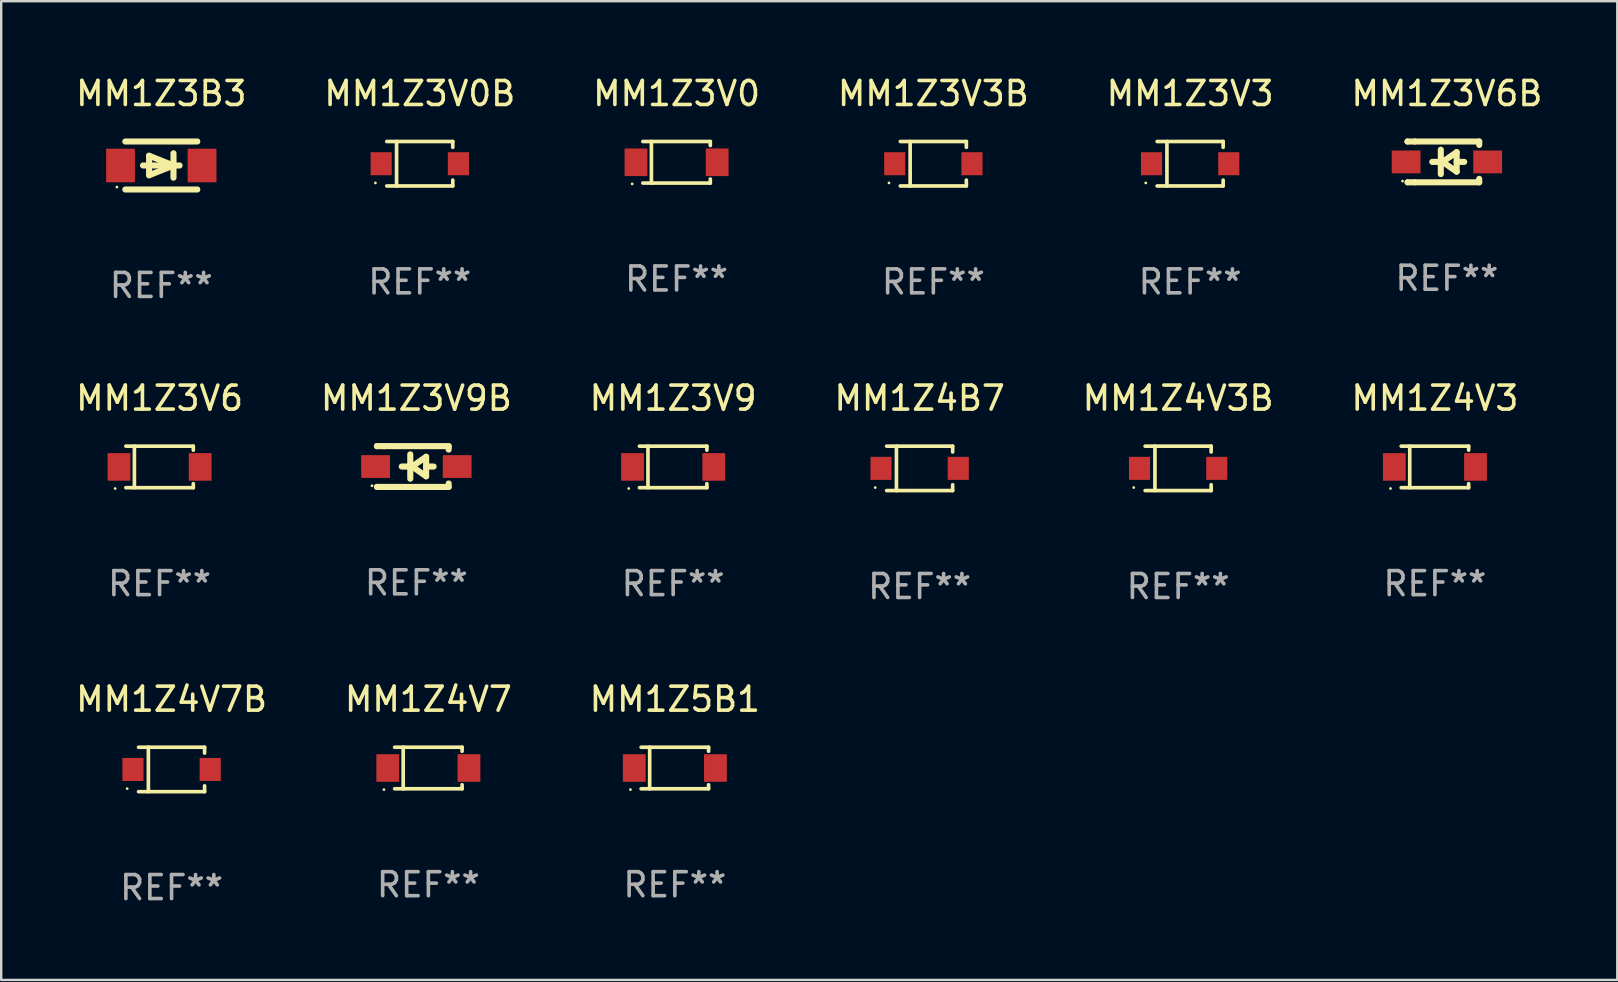
<source format=kicad_pcb>
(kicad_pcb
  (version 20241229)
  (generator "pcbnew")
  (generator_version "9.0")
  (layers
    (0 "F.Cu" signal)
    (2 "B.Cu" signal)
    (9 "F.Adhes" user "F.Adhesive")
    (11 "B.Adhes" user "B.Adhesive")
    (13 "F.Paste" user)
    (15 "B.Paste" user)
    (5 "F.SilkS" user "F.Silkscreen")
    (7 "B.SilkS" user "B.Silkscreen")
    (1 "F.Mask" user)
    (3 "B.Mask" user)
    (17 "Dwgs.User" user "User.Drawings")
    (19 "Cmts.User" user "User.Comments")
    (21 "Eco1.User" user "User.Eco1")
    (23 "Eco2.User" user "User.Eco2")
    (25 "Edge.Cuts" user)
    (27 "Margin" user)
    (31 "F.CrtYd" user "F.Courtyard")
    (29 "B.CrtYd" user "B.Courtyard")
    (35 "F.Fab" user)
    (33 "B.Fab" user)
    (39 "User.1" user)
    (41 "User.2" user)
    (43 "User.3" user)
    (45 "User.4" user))
  (footprint "MM1Z3V3B"
    (layer "F.Cu")
    (at 35.851 3.774)
    (property "Reference" "MM1Z3V3B" (at 0 -2.926 0) (layer "F.SilkS") (effects (font (size 1 1) (thickness 0.15))))
    (attr through_hole)
    (fp_line (start -1.376 -0.926) (end 1.376 -0.926) (stroke (width 0.152) (type solid)) (layer "F.SilkS"))
    (fp_line (start -1.376 0.926) (end 1.376 0.926) (stroke (width 0.152) (type solid)) (layer "F.SilkS"))
    (fp_line (start -0.967 -0.926) (end -0.967 0.926) (stroke (width 0.152) (type solid)) (layer "F.SilkS"))
    (fp_line (start 1.376 -0.926) (end 1.376 -0.683) (stroke (width 0.152) (type solid)) (layer "F.SilkS"))
    (fp_line (start 1.376 0.926) (end 1.376 0.683) (stroke (width 0.152) (type solid)) (layer "F.SilkS"))
    (fp_circle (center -1.85 0.8) (end -1.82 0.8) (stroke (width 0.06) (type solid)) (fill no) (layer "F.SilkS"))
    (fp_text user "REF**" (at 0 4.926 0) (layer "F.Fab") (effects (font (size 1 1) (thickness 0.15))))
    (pad "1" smd rect (at -1.61 0) (size 0.88 0.96) (layers "F.Cu" "F.Mask" "F.Paste"))
    (pad "2" smd rect (at 1.61 0) (size 0.88 0.96) (layers "F.Cu" "F.Mask" "F.Paste")))
  (footprint "MM1Z4V3B"
    (layer "F.Cu")
    (at 46.054 16.471)
    (property "Reference" "MM1Z4V3B" (at 0 -2.926 0) (layer "F.SilkS") (effects (font (size 1 1) (thickness 0.15))))
    (attr through_hole)
    (fp_line (start -1.376 -0.926) (end 1.376 -0.926) (stroke (width 0.152) (type solid)) (layer "F.SilkS"))
    (fp_line (start -1.376 0.926) (end 1.376 0.926) (stroke (width 0.152) (type solid)) (layer "F.SilkS"))
    (fp_line (start -0.967 -0.926) (end -0.967 0.926) (stroke (width 0.152) (type solid)) (layer "F.SilkS"))
    (fp_line (start 1.376 -0.926) (end 1.376 -0.683) (stroke (width 0.152) (type solid)) (layer "F.SilkS"))
    (fp_line (start 1.376 0.926) (end 1.376 0.683) (stroke (width 0.152) (type solid)) (layer "F.SilkS"))
    (fp_circle (center -1.85 0.8) (end -1.82 0.8) (stroke (width 0.06) (type solid)) (fill no) (layer "F.SilkS"))
    (fp_text user "REF**" (at 0 4.926 0) (layer "F.Fab") (effects (font (size 1 1) (thickness 0.15))))
    (pad "1" smd rect (at -1.61 0) (size 0.88 0.96) (layers "F.Cu" "F.Mask" "F.Paste"))
    (pad "2" smd rect (at 1.61 0) (size 0.88 0.96) (layers "F.Cu" "F.Mask" "F.Paste")))
  (footprint "MM1Z3V9"
    (layer "F.Cu")
    (at 25.006 16.411)
    (property "Reference" "MM1Z3V9" (at 0 -2.866 0) (layer "F.SilkS") (effects (font (size 1 1) (thickness 0.15))))
    (attr through_hole)
    (fp_line (start -1.406 -0.866) (end 1.406 -0.866) (stroke (width 0.152) (type solid)) (layer "F.SilkS"))
    (fp_line (start -1.406 0.866) (end 1.406 0.866) (stroke (width 0.152) (type solid)) (layer "F.SilkS"))
    (fp_line (start -1.049 -0.866) (end -1.049 0.866) (stroke (width 0.152) (type solid)) (layer "F.SilkS"))
    (fp_line (start 1.406 -0.866) (end 1.406 -0.698) (stroke (width 0.152) (type solid)) (layer "F.SilkS"))
    (fp_line (start 1.406 0.866) (end 1.406 0.698) (stroke (width 0.152) (type solid)) (layer "F.SilkS"))
    (fp_circle (center -1.851 0.9) (end -1.821 0.9) (stroke (width 0.06) (type solid)) (fill no) (layer "F.SilkS"))
    (fp_text user "REF**" (at 0 4.866 0) (layer "F.Fab") (effects (font (size 1 1) (thickness 0.15))))
    (pad "1" smd rect (at -1.692 0) (size 0.95 1.15) (layers "F.Cu" "F.Mask" "F.Paste"))
    (pad "2" smd rect (at 1.692 0) (size 0.95 1.15) (layers "F.Cu" "F.Mask" "F.Paste")))
  (footprint "MM1Z4V7B"
    (layer "F.Cu")
    (at 4.101 29.02)
    (property "Reference" "MM1Z4V7B" (at 0 -2.926 0) (layer "F.SilkS") (effects (font (size 1 1) (thickness 0.15))))
    (attr through_hole)
    (fp_line (start -1.376 -0.926) (end 1.376 -0.926) (stroke (width 0.152) (type solid)) (layer "F.SilkS"))
    (fp_line (start -1.376 0.926) (end 1.376 0.926) (stroke (width 0.152) (type solid)) (layer "F.SilkS"))
    (fp_line (start -0.967 -0.926) (end -0.967 0.926) (stroke (width 0.152) (type solid)) (layer "F.SilkS"))
    (fp_line (start 1.376 -0.926) (end 1.376 -0.683) (stroke (width 0.152) (type solid)) (layer "F.SilkS"))
    (fp_line (start 1.376 0.926) (end 1.376 0.683) (stroke (width 0.152) (type solid)) (layer "F.SilkS"))
    (fp_circle (center -1.85 0.8) (end -1.82 0.8) (stroke (width 0.06) (type solid)) (fill no) (layer "F.SilkS"))
    (fp_text user "REF**" (at 0 4.926 0) (layer "F.Fab") (effects (font (size 1 1) (thickness 0.15))))
    (pad "1" smd rect (at -1.61 0) (size 0.88 0.96) (layers "F.Cu" "F.Mask" "F.Paste"))
    (pad "2" smd rect (at 1.61 0) (size 0.88 0.96) (layers "F.Cu" "F.Mask" "F.Paste")))
  (footprint "MM1Z3V3"
    (layer "F.Cu")
    (at 46.554 3.774)
    (property "Reference" "MM1Z3V3" (at 0 -2.926 0) (layer "F.SilkS") (effects (font (size 1 1) (thickness 0.15))))
    (attr through_hole)
    (fp_line (start -1.376 -0.926) (end 1.376 -0.926) (stroke (width 0.152) (type solid)) (layer "F.SilkS"))
    (fp_line (start -1.376 0.926) (end 1.376 0.926) (stroke (width 0.152) (type solid)) (layer "F.SilkS"))
    (fp_line (start -0.967 -0.926) (end -0.967 0.926) (stroke (width 0.152) (type solid)) (layer "F.SilkS"))
    (fp_line (start 1.376 -0.926) (end 1.376 -0.683) (stroke (width 0.152) (type solid)) (layer "F.SilkS"))
    (fp_line (start 1.376 0.926) (end 1.376 0.683) (stroke (width 0.152) (type solid)) (layer "F.SilkS"))
    (fp_circle (center -1.85 0.8) (end -1.82 0.8) (stroke (width 0.06) (type solid)) (fill no) (layer "F.SilkS"))
    (fp_text user "REF**" (at 0 4.926 0) (layer "F.Fab") (effects (font (size 1 1) (thickness 0.15))))
    (pad "1" smd rect (at -1.61 0) (size 0.88 0.96) (layers "F.Cu" "F.Mask" "F.Paste"))
    (pad "2" smd rect (at 1.61 0) (size 0.88 0.96) (layers "F.Cu" "F.Mask" "F.Paste")))
  (footprint "MM1Z4V3"
    (layer "F.Cu")
    (at 56.756 16.411)
    (property "Reference" "MM1Z4V3" (at 0 -2.866 0) (layer "F.SilkS") (effects (font (size 1 1) (thickness 0.15))))
    (attr through_hole)
    (fp_line (start -1.406 -0.866) (end 1.406 -0.866) (stroke (width 0.152) (type solid)) (layer "F.SilkS"))
    (fp_line (start -1.406 0.866) (end 1.406 0.866) (stroke (width 0.152) (type solid)) (layer "F.SilkS"))
    (fp_line (start -1.049 -0.866) (end -1.049 0.866) (stroke (width 0.152) (type solid)) (layer "F.SilkS"))
    (fp_line (start 1.406 -0.866) (end 1.406 -0.698) (stroke (width 0.152) (type solid)) (layer "F.SilkS"))
    (fp_line (start 1.406 0.866) (end 1.406 0.698) (stroke (width 0.152) (type solid)) (layer "F.SilkS"))
    (fp_circle (center -1.851 0.9) (end -1.821 0.9) (stroke (width 0.06) (type solid)) (fill no) (layer "F.SilkS"))
    (fp_text user "REF**" (at 0 4.866 0) (layer "F.Fab") (effects (font (size 1 1) (thickness 0.15))))
    (pad "1" smd rect (at -1.692 0) (size 0.95 1.15) (layers "F.Cu" "F.Mask" "F.Paste"))
    (pad "2" smd rect (at 1.692 0) (size 0.95 1.15) (layers "F.Cu" "F.Mask" "F.Paste")))
  (footprint "MM1Z4V7"
    (layer "F.Cu")
    (at 14.804 28.96)
    (property "Reference" "MM1Z4V7" (at 0 -2.866 0) (layer "F.SilkS") (effects (font (size 1 1) (thickness 0.15))))
    (attr through_hole)
    (fp_line (start -1.406 -0.866) (end 1.406 -0.866) (stroke (width 0.152) (type solid)) (layer "F.SilkS"))
    (fp_line (start -1.406 0.866) (end 1.406 0.866) (stroke (width 0.152) (type solid)) (layer "F.SilkS"))
    (fp_line (start -1.049 -0.866) (end -1.049 0.866) (stroke (width 0.152) (type solid)) (layer "F.SilkS"))
    (fp_line (start 1.406 -0.866) (end 1.406 -0.698) (stroke (width 0.152) (type solid)) (layer "F.SilkS"))
    (fp_line (start 1.406 0.866) (end 1.406 0.698) (stroke (width 0.152) (type solid)) (layer "F.SilkS"))
    (fp_circle (center -1.851 0.9) (end -1.821 0.9) (stroke (width 0.06) (type solid)) (fill no) (layer "F.SilkS"))
    (fp_text user "REF**" (at 0 4.866 0) (layer "F.Fab") (effects (font (size 1 1) (thickness 0.15))))
    (pad "1" smd rect (at -1.692 0) (size 0.95 1.15) (layers "F.Cu" "F.Mask" "F.Paste"))
    (pad "2" smd rect (at 1.692 0) (size 0.95 1.15) (layers "F.Cu" "F.Mask" "F.Paste")))
  (footprint "MM1Z3V6"
    (layer "F.Cu")
    (at 3.601 16.411)
    (property "Reference" "MM1Z3V6" (at 0 -2.866 0) (layer "F.SilkS") (effects (font (size 1 1) (thickness 0.15))))
    (attr through_hole)
    (fp_line (start -1.406 -0.866) (end 1.406 -0.866) (stroke (width 0.152) (type solid)) (layer "F.SilkS"))
    (fp_line (start -1.406 0.866) (end 1.406 0.866) (stroke (width 0.152) (type solid)) (layer "F.SilkS"))
    (fp_line (start -1.049 -0.866) (end -1.049 0.866) (stroke (width 0.152) (type solid)) (layer "F.SilkS"))
    (fp_line (start 1.406 -0.866) (end 1.406 -0.698) (stroke (width 0.152) (type solid)) (layer "F.SilkS"))
    (fp_line (start 1.406 0.866) (end 1.406 0.698) (stroke (width 0.152) (type solid)) (layer "F.SilkS"))
    (fp_circle (center -1.851 0.9) (end -1.821 0.9) (stroke (width 0.06) (type solid)) (fill no) (layer "F.SilkS"))
    (fp_text user "REF**" (at 0 4.866 0) (layer "F.Fab") (effects (font (size 1 1) (thickness 0.15))))
    (pad "1" smd rect (at -1.692 0) (size 0.95 1.15) (layers "F.Cu" "F.Mask" "F.Paste"))
    (pad "2" smd rect (at 1.692 0) (size 0.95 1.15) (layers "F.Cu" "F.Mask" "F.Paste")))
  (footprint "MM1Z5B1"
    (layer "F.Cu")
    (at 25.077 28.96)
    (property "Reference" "MM1Z5B1" (at 0 -2.866 0) (layer "F.SilkS") (effects (font (size 1 1) (thickness 0.15))))
    (attr through_hole)
    (fp_line (start -1.406 -0.866) (end 1.406 -0.866) (stroke (width 0.152) (type solid)) (layer "F.SilkS"))
    (fp_line (start -1.406 0.866) (end 1.406 0.866) (stroke (width 0.152) (type solid)) (layer "F.SilkS"))
    (fp_line (start -1.049 -0.866) (end -1.049 0.866) (stroke (width 0.152) (type solid)) (layer "F.SilkS"))
    (fp_line (start 1.406 -0.866) (end 1.406 -0.698) (stroke (width 0.152) (type solid)) (layer "F.SilkS"))
    (fp_line (start 1.406 0.866) (end 1.406 0.698) (stroke (width 0.152) (type solid)) (layer "F.SilkS"))
    (fp_circle (center -1.851 0.9) (end -1.821 0.9) (stroke (width 0.06) (type solid)) (fill no) (layer "F.SilkS"))
    (fp_text user "REF**" (at 0 4.866 0) (layer "F.Fab") (effects (font (size 1 1) (thickness 0.15))))
    (pad "1" smd rect (at -1.692 0) (size 0.95 1.15) (layers "F.Cu" "F.Mask" "F.Paste"))
    (pad "2" smd rect (at 1.692 0) (size 0.95 1.15) (layers "F.Cu" "F.Mask" "F.Paste")))
  (footprint "MM1Z3V0B"
    (layer "F.Cu")
    (at 14.446 3.774)
    (property "Reference" "MM1Z3V0B" (at 0 -2.926 0) (layer "F.SilkS") (effects (font (size 1 1) (thickness 0.15))))
    (attr through_hole)
    (fp_line (start -1.376 -0.926) (end 1.376 -0.926) (stroke (width 0.152) (type solid)) (layer "F.SilkS"))
    (fp_line (start -1.376 0.926) (end 1.376 0.926) (stroke (width 0.152) (type solid)) (layer "F.SilkS"))
    (fp_line (start -0.967 -0.926) (end -0.967 0.926) (stroke (width 0.152) (type solid)) (layer "F.SilkS"))
    (fp_line (start 1.376 -0.926) (end 1.376 -0.683) (stroke (width 0.152) (type solid)) (layer "F.SilkS"))
    (fp_line (start 1.376 0.926) (end 1.376 0.683) (stroke (width 0.152) (type solid)) (layer "F.SilkS"))
    (fp_circle (center -1.85 0.8) (end -1.82 0.8) (stroke (width 0.06) (type solid)) (fill no) (layer "F.SilkS"))
    (fp_text user "REF**" (at 0 4.926 0) (layer "F.Fab") (effects (font (size 1 1) (thickness 0.15))))
    (pad "1" smd rect (at -1.61 0) (size 0.88 0.96) (layers "F.Cu" "F.Mask" "F.Paste"))
    (pad "2" smd rect (at 1.61 0) (size 0.88 0.96) (layers "F.Cu" "F.Mask" "F.Paste")))
  (footprint "MM1Z3V9B"
    (layer "F.Cu")
    (at 14.304 16.395)
    (property "Reference" "MM1Z3V9B" (at 0 -2.85 0) (layer "F.SilkS") (effects (font (size 1 1) (thickness 0.15))))
    (attr through_hole)
    (fp_line (start -1.643 -0.85) (end -1.644 -0.849) (stroke (width 0.254) (type solid)) (layer "F.SilkS"))
    (fp_line (start -1.638 0.85) (end -1.639 0.849) (stroke (width 0.254) (type solid)) (layer "F.SilkS"))
    (fp_line (start -1.346 -0.85) (end -1.643 -0.85) (stroke (width 0.254) (type solid)) (layer "F.SilkS"))
    (fp_line (start -1.346 -0.85) (end 1.346 -0.85) (stroke (width 0.254) (type solid)) (layer "F.SilkS"))
    (fp_line (start -1.346 0.85) (end -1.638 0.85) (stroke (width 0.254) (type solid)) (layer "F.SilkS"))
    (fp_line (start -0.28 0) (end -0.61 0) (stroke (width 0.254) (type solid)) (layer "F.SilkS"))
    (fp_line (start -0.254 -0.508) (end -0.254 0.508) (stroke (width 0.254) (type solid)) (layer "F.SilkS"))
    (fp_line (start -0.178 0) (end 0.406 -0.406) (stroke (width 0.254) (type solid)) (layer "F.SilkS"))
    (fp_line (start 0.406 -0.406) (end 0.406 0.406) (stroke (width 0.254) (type solid)) (layer "F.SilkS"))
    (fp_line (start 0.406 -0.000254) (end 0.72 -0.000254) (stroke (width 0.254) (type solid)) (layer "F.SilkS"))
    (fp_line (start 0.406 0.406) (end -0.178 0) (stroke (width 0.254) (type solid)) (layer "F.SilkS"))
    (fp_line (start 1.346 -0.85) (end 1.346 -0.706) (stroke (width 0.254) (type solid)) (layer "F.SilkS"))
    (fp_line (start 1.346 0.706) (end 1.346 0.85) (stroke (width 0.254) (type solid)) (layer "F.SilkS"))
    (fp_line (start 1.346 0.85) (end -1.346 0.85) (stroke (width 0.254) (type solid)) (layer "F.SilkS"))
    (fp_circle (center -1.85 0.8) (end -1.82 0.8) (stroke (width 0.06) (type solid)) (fill no) (layer "F.SilkS"))
    (fp_text user "REF**" (at 0 4.85 0) (layer "F.Fab") (effects (font (size 1 1) (thickness 0.15))))
    (pad "1" smd rect (at -1.7 0) (size 1.2 0.95) (layers "F.Cu" "F.Mask" "F.Paste"))
    (pad "2" smd rect (at 1.7 0) (size 1.2 0.95) (layers "F.Cu" "F.Mask" "F.Paste")))
  (footprint "MM1Z3B3"
    (layer "F.Cu")
    (at 3.673 3.848)
    (property "Reference" "MM1Z3B3" (at 0 -3 0) (layer "F.SilkS") (effects (font (size 1 1) (thickness 0.15))))
    (attr through_hole)
    (fp_line (start -1.5 -1) (end 1.5 -1) (stroke (width 0.254) (type solid)) (layer "F.SilkS"))
    (fp_line (start -1.5 1) (end 1.5 1) (stroke (width 0.254) (type solid)) (layer "F.SilkS"))
    (fp_line (start -0.508 -0.406) (end 0.508 0) (stroke (width 0.254) (type solid)) (layer "F.SilkS"))
    (fp_line (start -0.508 0.406) (end -0.508 -0.406) (stroke (width 0.254) (type solid)) (layer "F.SilkS"))
    (fp_line (start 0.508 0) (end -0.508 0.406) (stroke (width 0.254) (type solid)) (layer "F.SilkS"))
    (fp_line (start 0.508 0.508) (end 0.508 -0.508) (stroke (width 0.254) (type solid)) (layer "F.SilkS"))
    (fp_line (start 0.762 0) (end -0.762 0) (stroke (width 0.254) (type solid)) (layer "F.SilkS"))
    (fp_circle (center -1.85 0.9) (end -1.82 0.9) (stroke (width 0.06) (type solid)) (fill no) (layer "F.SilkS"))
    (fp_text user "REF**" (at 0 5 0) (layer "F.Fab") (effects (font (size 1 1) (thickness 0.15))))
    (pad "1" smd rect (at -1.7 0) (size 1.2 1.4) (layers "F.Cu" "F.Mask" "F.Paste"))
    (pad "2" smd rect (at 1.7 0) (size 1.2 1.4) (layers "F.Cu" "F.Mask" "F.Paste")))
  (footprint "MM1Z3V6B"
    (layer "F.Cu")
    (at 57.256 3.698)
    (property "Reference" "MM1Z3V6B" (at 0 -2.85 0) (layer "F.SilkS") (effects (font (size 1 1) (thickness 0.15))))
    (attr through_hole)
    (fp_line (start -1.643 -0.85) (end -1.644 -0.849) (stroke (width 0.254) (type solid)) (layer "F.SilkS"))
    (fp_line (start -1.638 0.85) (end -1.639 0.849) (stroke (width 0.254) (type solid)) (layer "F.SilkS"))
    (fp_line (start -1.346 -0.85) (end -1.643 -0.85) (stroke (width 0.254) (type solid)) (layer "F.SilkS"))
    (fp_line (start -1.346 -0.85) (end 1.346 -0.85) (stroke (width 0.254) (type solid)) (layer "F.SilkS"))
    (fp_line (start -1.346 0.85) (end -1.638 0.85) (stroke (width 0.254) (type solid)) (layer "F.SilkS"))
    (fp_line (start -0.28 0) (end -0.61 0) (stroke (width 0.254) (type solid)) (layer "F.SilkS"))
    (fp_line (start -0.254 -0.508) (end -0.254 0.508) (stroke (width 0.254) (type solid)) (layer "F.SilkS"))
    (fp_line (start -0.178 0) (end 0.406 -0.406) (stroke (width 0.254) (type solid)) (layer "F.SilkS"))
    (fp_line (start 0.406 -0.406) (end 0.406 0.406) (stroke (width 0.254) (type solid)) (layer "F.SilkS"))
    (fp_line (start 0.406 -0.000254) (end 0.72 -0.000254) (stroke (width 0.254) (type solid)) (layer "F.SilkS"))
    (fp_line (start 0.406 0.406) (end -0.178 0) (stroke (width 0.254) (type solid)) (layer "F.SilkS"))
    (fp_line (start 1.346 -0.85) (end 1.346 -0.706) (stroke (width 0.254) (type solid)) (layer "F.SilkS"))
    (fp_line (start 1.346 0.706) (end 1.346 0.85) (stroke (width 0.254) (type solid)) (layer "F.SilkS"))
    (fp_line (start 1.346 0.85) (end -1.346 0.85) (stroke (width 0.254) (type solid)) (layer "F.SilkS"))
    (fp_circle (center -1.85 0.8) (end -1.82 0.8) (stroke (width 0.06) (type solid)) (fill no) (layer "F.SilkS"))
    (fp_text user "REF**" (at 0 4.85 0) (layer "F.Fab") (effects (font (size 1 1) (thickness 0.15))))
    (pad "1" smd rect (at -1.7 0) (size 1.2 0.95) (layers "F.Cu" "F.Mask" "F.Paste"))
    (pad "2" smd rect (at 1.7 0) (size 1.2 0.95) (layers "F.Cu" "F.Mask" "F.Paste")))
  (footprint "MM1Z4B7"
    (layer "F.Cu")
    (at 35.28 16.471)
    (property "Reference" "MM1Z4B7" (at 0 -2.926 0) (layer "F.SilkS") (effects (font (size 1 1) (thickness 0.15))))
    (attr through_hole)
    (fp_line (start -1.376 -0.926) (end 1.376 -0.926) (stroke (width 0.152) (type solid)) (layer "F.SilkS"))
    (fp_line (start -1.376 0.926) (end 1.376 0.926) (stroke (width 0.152) (type solid)) (layer "F.SilkS"))
    (fp_line (start -0.967 -0.926) (end -0.967 0.926) (stroke (width 0.152) (type solid)) (layer "F.SilkS"))
    (fp_line (start 1.376 -0.926) (end 1.376 -0.683) (stroke (width 0.152) (type solid)) (layer "F.SilkS"))
    (fp_line (start 1.376 0.926) (end 1.376 0.683) (stroke (width 0.152) (type solid)) (layer "F.SilkS"))
    (fp_circle (center -1.85 0.8) (end -1.82 0.8) (stroke (width 0.06) (type solid)) (fill no) (layer "F.SilkS"))
    (fp_text user "REF**" (at 0 4.926 0) (layer "F.Fab") (effects (font (size 1 1) (thickness 0.15))))
    (pad "1" smd rect (at -1.61 0) (size 0.88 0.96) (layers "F.Cu" "F.Mask" "F.Paste"))
    (pad "2" smd rect (at 1.61 0) (size 0.88 0.96) (layers "F.Cu" "F.Mask" "F.Paste")))
  (footprint "MM1Z3V0"
    (layer "F.Cu")
    (at 25.149 3.714)
    (property "Reference" "MM1Z3V0" (at 0 -2.866 0) (layer "F.SilkS") (effects (font (size 1 1) (thickness 0.15))))
    (attr through_hole)
    (fp_line (start -1.406 -0.866) (end 1.406 -0.866) (stroke (width 0.152) (type solid)) (layer "F.SilkS"))
    (fp_line (start -1.406 0.866) (end 1.406 0.866) (stroke (width 0.152) (type solid)) (layer "F.SilkS"))
    (fp_line (start -1.049 -0.866) (end -1.049 0.866) (stroke (width 0.152) (type solid)) (layer "F.SilkS"))
    (fp_line (start 1.406 -0.866) (end 1.406 -0.698) (stroke (width 0.152) (type solid)) (layer "F.SilkS"))
    (fp_line (start 1.406 0.866) (end 1.406 0.698) (stroke (width 0.152) (type solid)) (layer "F.SilkS"))
    (fp_circle (center -1.851 0.9) (end -1.821 0.9) (stroke (width 0.06) (type solid)) (fill no) (layer "F.SilkS"))
    (fp_text user "REF**" (at 0 4.866 0) (layer "F.Fab") (effects (font (size 1 1) (thickness 0.15))))
    (pad "1" smd rect (at -1.692 0) (size 0.95 1.15) (layers "F.Cu" "F.Mask" "F.Paste"))
    (pad "2" smd rect (at 1.692 0) (size 0.95 1.15) (layers "F.Cu" "F.Mask" "F.Paste")))
  (gr_rect
    (start -3 -3)
    (end 64.357 37.794)
    (stroke (width 0.1) (type default))
    (fill no)
    (layer "Edge.Cuts")))
</source>
